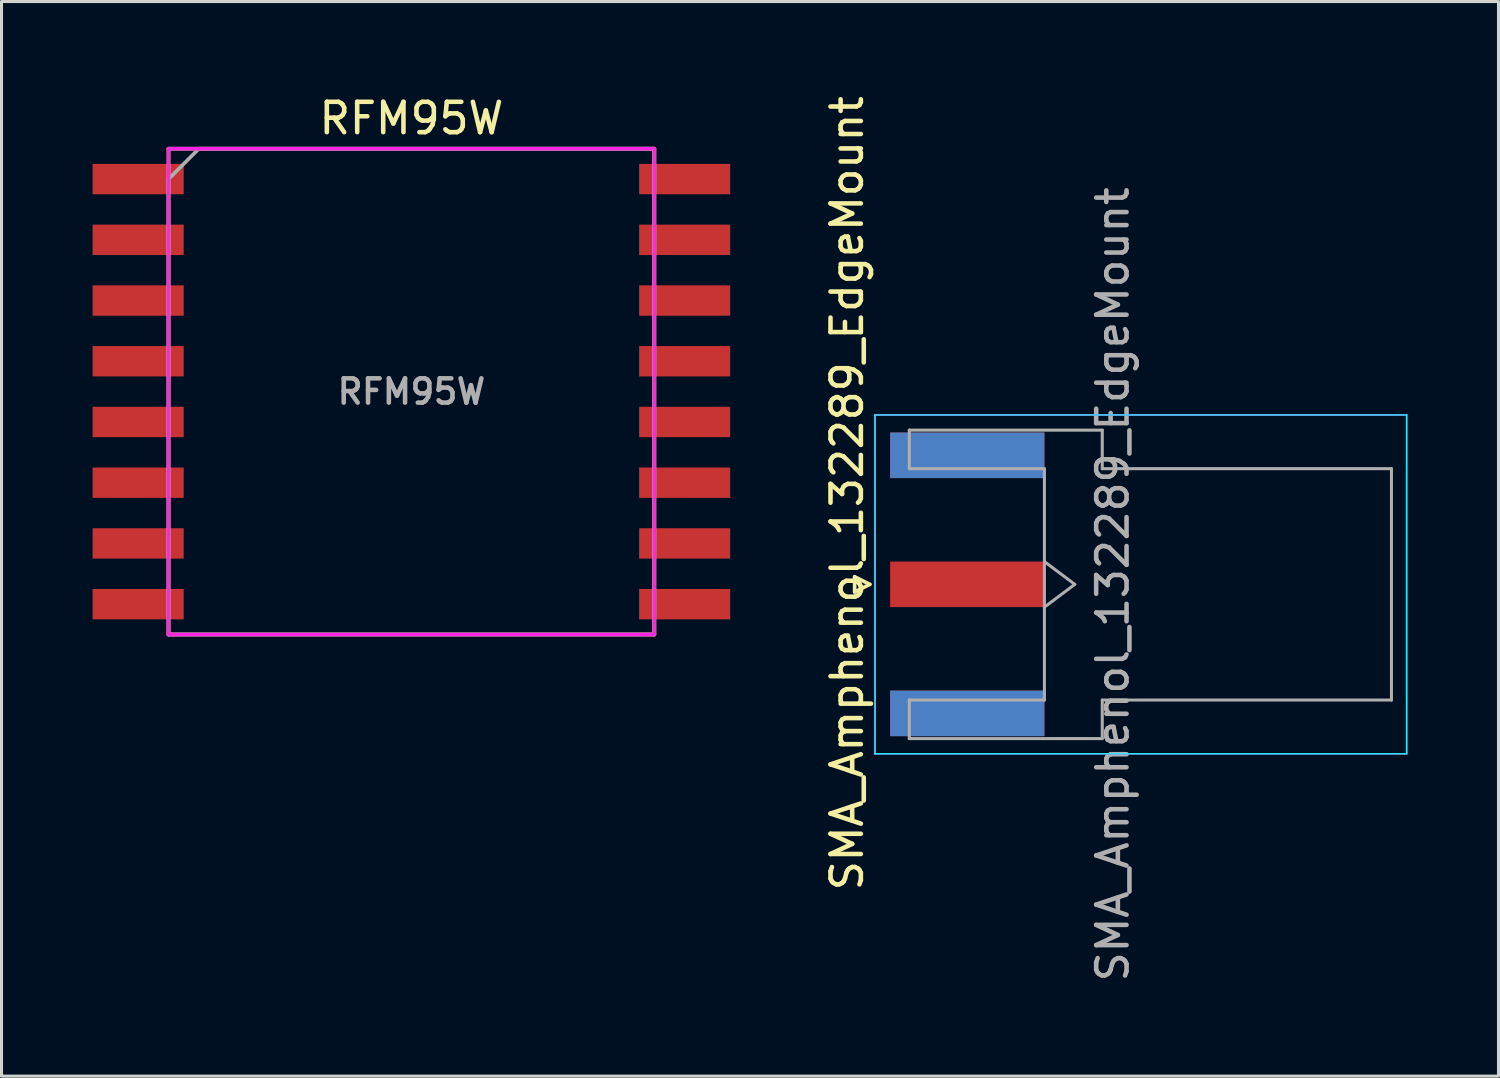
<source format=kicad_pcb>
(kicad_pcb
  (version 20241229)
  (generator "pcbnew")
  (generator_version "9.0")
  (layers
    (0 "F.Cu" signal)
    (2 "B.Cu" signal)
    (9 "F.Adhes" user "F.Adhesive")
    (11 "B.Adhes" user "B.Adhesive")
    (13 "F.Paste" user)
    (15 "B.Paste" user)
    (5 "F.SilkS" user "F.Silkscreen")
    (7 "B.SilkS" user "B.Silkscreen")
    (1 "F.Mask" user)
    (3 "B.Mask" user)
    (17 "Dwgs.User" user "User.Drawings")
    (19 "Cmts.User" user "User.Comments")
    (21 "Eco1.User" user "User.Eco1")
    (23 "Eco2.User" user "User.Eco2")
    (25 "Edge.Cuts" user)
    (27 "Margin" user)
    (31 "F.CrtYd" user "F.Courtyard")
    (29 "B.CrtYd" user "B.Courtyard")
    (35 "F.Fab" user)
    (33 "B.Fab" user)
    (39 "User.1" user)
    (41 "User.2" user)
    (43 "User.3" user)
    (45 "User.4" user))
  (footprint "SMA_Amphenol_132289_EdgeMount"
    (layer "F.Cu")
    (at 28.808 16.196)
    (property "Reference" "SMA_Amphenol_132289_EdgeMount" (at -3.96 -3 90) (layer "F.SilkS") (effects (font (size 1 1) (thickness 0.15))))
    (attr smd)
    (fp_line (start -3.71 -0.25) (end -3.71 0.25) (stroke (width 0.12) (type solid)) (layer "F.SilkS"))
    (fp_line (start -3.71 0.25) (end -3.21 0) (stroke (width 0.12) (type solid)) (layer "F.SilkS"))
    (fp_line (start -3.21 0) (end -3.71 -0.25) (stroke (width 0.12) (type solid)) (layer "F.SilkS"))
    (fp_line (start -3.04 5.58) (end -3.04 -5.58) (stroke (width 0.05) (type solid)) (layer "B.CrtYd"))
    (fp_line (start 14.47 -5.58) (end -3.04 -5.58) (stroke (width 0.05) (type solid)) (layer "B.CrtYd"))
    (fp_line (start 14.47 -5.58) (end 14.47 5.58) (stroke (width 0.05) (type solid)) (layer "B.CrtYd"))
    (fp_line (start 14.47 5.58) (end -3.04 5.58) (stroke (width 0.05) (type solid)) (layer "B.CrtYd"))
    (fp_line (start -3.04 5.58) (end -3.04 -5.58) (stroke (width 0.05) (type solid)) (layer "F.CrtYd"))
    (fp_line (start 14.47 -5.58) (end -3.04 -5.58) (stroke (width 0.05) (type solid)) (layer "F.CrtYd"))
    (fp_line (start 14.47 -5.58) (end 14.47 5.58) (stroke (width 0.05) (type solid)) (layer "F.CrtYd"))
    (fp_line (start 14.47 5.58) (end -3.04 5.58) (stroke (width 0.05) (type solid)) (layer "F.CrtYd"))
    (fp_line (start -1.91 -5.08) (end -1.91 -3.81) (stroke (width 0.1) (type solid)) (layer "F.Fab"))
    (fp_line (start -1.91 -5.08) (end 4.445 -5.08) (stroke (width 0.1) (type solid)) (layer "F.Fab"))
    (fp_line (start -1.91 -3.81) (end 2.54 -3.81) (stroke (width 0.1) (type solid)) (layer "F.Fab"))
    (fp_line (start -1.91 3.81) (end -1.91 5.08) (stroke (width 0.1) (type solid)) (layer "F.Fab"))
    (fp_line (start -1.91 5.08) (end 4.445 5.08) (stroke (width 0.1) (type solid)) (layer "F.Fab"))
    (fp_line (start 2.54 -3.81) (end 2.54 3.81) (stroke (width 0.1) (type solid)) (layer "F.Fab"))
    (fp_line (start 2.54 -0.75) (end 3.54 0) (stroke (width 0.1) (type solid)) (layer "F.Fab"))
    (fp_line (start 2.54 3.81) (end -1.91 3.81) (stroke (width 0.1) (type solid)) (layer "F.Fab"))
    (fp_line (start 3.54 0) (end 2.54 0.75) (stroke (width 0.1) (type solid)) (layer "F.Fab"))
    (fp_line (start 4.445 -3.81) (end 4.445 -5.08) (stroke (width 0.1) (type solid)) (layer "F.Fab"))
    (fp_line (start 4.445 -3.81) (end 13.97 -3.81) (stroke (width 0.1) (type solid)) (layer "F.Fab"))
    (fp_line (start 4.445 5.08) (end 4.445 3.81) (stroke (width 0.1) (type solid)) (layer "F.Fab"))
    (fp_line (start 13.97 -3.81) (end 13.97 3.81) (stroke (width 0.1) (type solid)) (layer "F.Fab"))
    (fp_line (start 13.97 3.81) (end 4.445 3.81) (stroke (width 0.1) (type solid)) (layer "F.Fab"))
    (fp_text user "${REFERENCE}" (at 4.79 0 270) (layer "F.Fab") (effects (font (size 1 1) (thickness 0.15))))
    (pad "1" smd rect (at 0 0 90) (size 1.5 5.08) (layers "F.Cu" "F.Mask" "F.Paste"))
    (pad "2" smd rect (at 0 -4.25 90) (size 1.5 5.08) (layers "F.Cu" "F.Mask" "F.Paste"))
    (pad "2" smd rect (at 0 -4.25 90) (size 1.5 5.08) (layers "B.Cu" "B.Mask" "B.Paste"))
    (pad "2" smd rect (at 0 4.25 90) (size 1.5 5.08) (layers "F.Cu" "F.Mask" "F.Paste"))
    (pad "2" smd rect (at 0 4.25 90) (size 1.5 5.08) (layers "B.Cu" "B.Mask" "B.Paste")))
  (footprint "RFM95W"
    (layer "F.Cu")
    (at 10.5 9.848)
    (property "Reference" "RFM95W" (at 0 -9 0) (layer "F.SilkS") (effects (font (size 1 1) (thickness 0.15))))
    (attr smd)
    (fp_line (start -8 -8) (end 8 -8) (stroke (width 0.12) (type solid)) (layer "F.SilkS"))
    (fp_line (start -8 8) (end -8 -8) (stroke (width 0.12) (type solid)) (layer "F.SilkS"))
    (fp_line (start 8 8) (end -8 8) (stroke (width 0.12) (type solid)) (layer "F.SilkS"))
    (fp_line (start 8 8) (end 8 -8) (stroke (width 0.12) (type solid)) (layer "F.SilkS"))
    (fp_line (start -8 -8) (end -8 8) (stroke (width 0.12) (type solid)) (layer "F.CrtYd"))
    (fp_line (start -8 8) (end 8 8) (stroke (width 0.12) (type solid)) (layer "F.CrtYd"))
    (fp_line (start 8 -8) (end -8 -8) (stroke (width 0.12) (type solid)) (layer "F.CrtYd"))
    (fp_line (start 8 8) (end 8 -8) (stroke (width 0.12) (type solid)) (layer "F.CrtYd"))
    (fp_line (start -8 -7) (end -8 8) (stroke (width 0.12) (type solid)) (layer "F.Fab"))
    (fp_line (start -8 8) (end 8 8) (stroke (width 0.12) (type solid)) (layer "F.Fab"))
    (fp_line (start -7 -8) (end -8 -7) (stroke (width 0.12) (type solid)) (layer "F.Fab"))
    (fp_line (start 8 -8) (end -7 -8) (stroke (width 0.12) (type solid)) (layer "F.Fab"))
    (fp_line (start 8 8) (end 8 -8) (stroke (width 0.12) (type solid)) (layer "F.Fab"))
    (fp_text user "${REFERENCE}" (at 0 0 0) (layer "F.Fab") (effects (font (size 0.8 0.8) (thickness 0.15))))
    (pad "1" smd rect (at -9 -7) (size 3 1) (layers "F.Cu" "F.Mask" "F.Paste"))
    (pad "2" smd rect (at -9 -5) (size 3 1) (layers "F.Cu" "F.Mask" "F.Paste"))
    (pad "3" smd rect (at -9 -3) (size 3 1) (layers "F.Cu" "F.Mask" "F.Paste"))
    (pad "4" smd rect (at -9 -1) (size 3 1) (layers "F.Cu" "F.Mask" "F.Paste"))
    (pad "5" smd rect (at -9 1) (size 3 1) (layers "F.Cu" "F.Mask" "F.Paste"))
    (pad "6" smd rect (at -9 3) (size 3 1) (layers "F.Cu" "F.Mask" "F.Paste"))
    (pad "7" smd rect (at -9 5) (size 3 1) (layers "F.Cu" "F.Mask" "F.Paste"))
    (pad "8" smd rect (at -9 7) (size 3 1) (layers "F.Cu" "F.Mask" "F.Paste"))
    (pad "9" smd rect (at 9 7) (size 3 1) (layers "F.Cu" "F.Mask" "F.Paste"))
    (pad "10" smd rect (at 9 5) (size 3 1) (layers "F.Cu" "F.Mask" "F.Paste"))
    (pad "11" smd rect (at 9 3) (size 3 1) (layers "F.Cu" "F.Mask" "F.Paste"))
    (pad "12" smd rect (at 9 1) (size 3 1) (layers "F.Cu" "F.Mask" "F.Paste"))
    (pad "13" smd rect (at 9 -1) (size 3 1) (layers "F.Cu" "F.Mask" "F.Paste"))
    (pad "14" smd rect (at 9 -3) (size 3 1) (layers "F.Cu" "F.Mask" "F.Paste"))
    (pad "15" smd rect (at 9 -5) (size 3 1) (layers "F.Cu" "F.Mask" "F.Paste"))
    (pad "16" smd rect (at 9 -7) (size 3 1) (layers "F.Cu" "F.Mask" "F.Paste")))
  (gr_rect
    (start -3 -3)
    (end 46.303 32.393)
    (stroke (width 0.1) (type default))
    (fill no)
    (layer "Edge.Cuts")))
</source>
